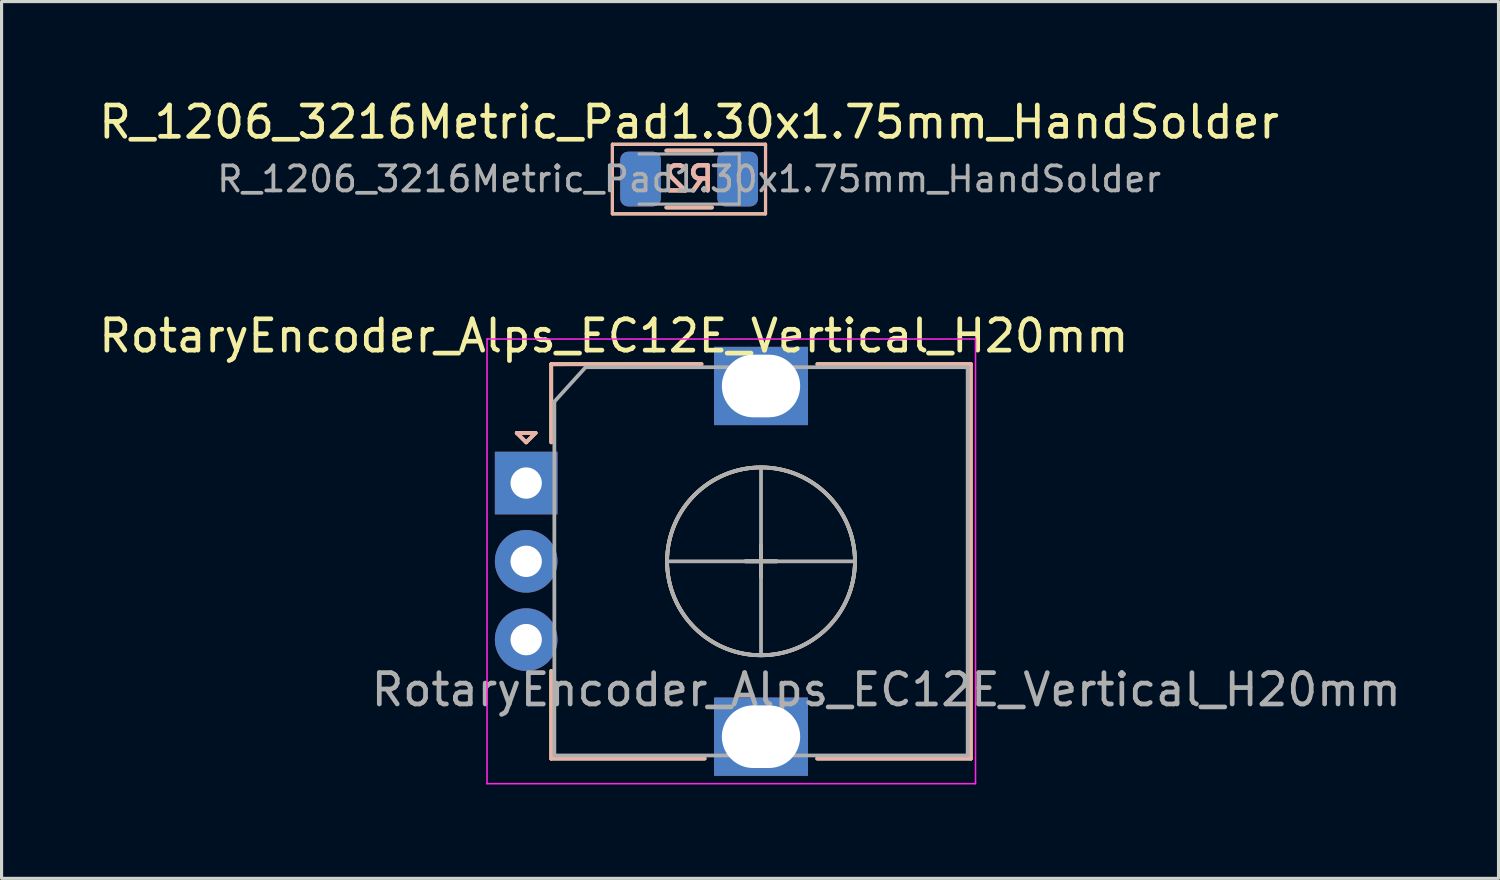
<source format=kicad_pcb>
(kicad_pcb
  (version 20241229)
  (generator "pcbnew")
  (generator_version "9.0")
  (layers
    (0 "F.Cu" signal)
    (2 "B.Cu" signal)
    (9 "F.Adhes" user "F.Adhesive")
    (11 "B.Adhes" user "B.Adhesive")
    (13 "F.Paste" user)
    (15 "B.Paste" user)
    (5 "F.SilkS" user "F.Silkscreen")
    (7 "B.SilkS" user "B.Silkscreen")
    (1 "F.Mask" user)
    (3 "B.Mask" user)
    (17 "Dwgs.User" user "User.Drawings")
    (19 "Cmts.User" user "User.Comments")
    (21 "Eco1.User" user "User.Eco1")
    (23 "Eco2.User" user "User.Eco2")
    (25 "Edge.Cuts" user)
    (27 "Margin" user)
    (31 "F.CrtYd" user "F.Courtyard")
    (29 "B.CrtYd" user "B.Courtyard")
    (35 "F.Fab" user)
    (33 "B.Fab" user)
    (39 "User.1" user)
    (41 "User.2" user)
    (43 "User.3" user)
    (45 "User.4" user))
  (footprint "R_1206_3216Metric_Pad1.30x1.75mm_HandSolder"
    (layer "F.Cu")
    (at 18.958 2.668)
    (property "Reference" "R_1206_3216Metric_Pad1.30x1.75mm_HandSolder" (at 0 -1.82 0) (layer "F.SilkS") (effects (font (size 1 1) (thickness 0.15))))
    (attr smd)
    (fp_line (start -2.45 -1.11) (end -2.45 1.11) (stroke (width 0.1) (type default)) (layer "F.SilkS"))
    (fp_line (start -2.45 1.11) (end 2.44 1.11) (stroke (width 0.1) (type default)) (layer "F.SilkS"))
    (fp_line (start -0.727 -0.91) (end 0.727 -0.91) (stroke (width 0.12) (type solid)) (layer "F.SilkS"))
    (fp_line (start -0.727 0.91) (end 0.727 0.91) (stroke (width 0.12) (type solid)) (layer "F.SilkS"))
    (fp_line (start 2.44 -1.11) (end -2.45 -1.11) (stroke (width 0.1) (type default)) (layer "F.SilkS"))
    (fp_line (start 2.44 1.11) (end 2.44 -1.11) (stroke (width 0.1) (type default)) (layer "F.SilkS"))
    (fp_line (start -2.45 -1.11) (end 2.44 -1.11) (stroke (width 0.1) (type default)) (layer "B.SilkS"))
    (fp_line (start -2.45 1.11) (end -2.45 -1.11) (stroke (width 0.1) (type default)) (layer "B.SilkS"))
    (fp_line (start -0.727 -0.91) (end 0.727 -0.91) (stroke (width 0.12) (type solid)) (layer "B.SilkS"))
    (fp_line (start -0.727 0.91) (end 0.727 0.91) (stroke (width 0.12) (type solid)) (layer "B.SilkS"))
    (fp_line (start 2.44 -1.11) (end 2.44 1.11) (stroke (width 0.1) (type default)) (layer "B.SilkS"))
    (fp_line (start 2.44 1.11) (end -2.45 1.11) (stroke (width 0.1) (type default)) (layer "B.SilkS"))
    (fp_line (start -1.6 -0.8) (end 1.6 -0.8) (stroke (width 0.1) (type solid)) (layer "F.Fab"))
    (fp_line (start 1.6 -0.8) (end 1.6 0.8) (stroke (width 0.1) (type solid)) (layer "F.Fab"))
    (fp_line (start 1.6 0.8) (end -1.6 0.8) (stroke (width 0.1) (type solid)) (layer "F.Fab"))
    (fp_text user "R2" (at 0 0 0) (layer "B.SilkS") (effects (font (size 0.8 0.8) (thickness 0.15)) (justify mirror)))
    (fp_text user "${REFERENCE}" (at 0 0 0) (layer "F.Fab") (effects (font (size 0.8 0.8) (thickness 0.12))))
    (pad "1" smd roundrect (at -1.55 0) (size 1.3 1.75) (layers "F.Cu" "F.Mask" "F.Paste") (roundrect_rratio 0.192))
    (pad "1" smd roundrect (at -1.55 0) (size 1.3 1.75) (layers "B.Cu" "B.Mask" "B.Paste") (roundrect_rratio 0.192))
    (pad "2" smd roundrect (at 1.55 0) (size 1.3 1.75) (layers "F.Cu" "F.Mask" "F.Paste") (roundrect_rratio 0.192))
    (pad "2" smd roundrect (at 1.55 0) (size 1.3 1.75) (layers "B.Cu" "B.Mask" "B.Paste") (roundrect_rratio 0.192)))
  (footprint "RotaryEncoder_Alps_EC12E_Vertical_H20mm"
    (layer "F.Cu")
    (at 13.754 12.377)
    (property "Reference" "RotaryEncoder_Alps_EC12E_Vertical_H20mm" (at 2.8 -4.7 0) (layer "F.SilkS") (effects (font (size 1 1) (thickness 0.15))))
    (attr through_hole)
    (fp_line (start -0.3 -1.6) (end 0.3 -1.6) (stroke (width 0.12) (type solid)) (layer "F.SilkS"))
    (fp_line (start 0 -1.3) (end -0.3 -1.6) (stroke (width 0.12) (type solid)) (layer "F.SilkS"))
    (fp_line (start 0.3 -1.6) (end 0 -1.3) (stroke (width 0.12) (type solid)) (layer "F.SilkS"))
    (fp_line (start 0.8 -3.8) (end 0.8 -1.3) (stroke (width 0.12) (type solid)) (layer "F.SilkS"))
    (fp_line (start 0.8 8.8) (end 0.8 6) (stroke (width 0.12) (type solid)) (layer "F.SilkS"))
    (fp_line (start 5.6 -3.8) (end 0.8 -3.8) (stroke (width 0.12) (type solid)) (layer "F.SilkS"))
    (fp_line (start 5.7 8.8) (end 0.8 8.8) (stroke (width 0.12) (type solid)) (layer "F.SilkS"))
    (fp_line (start 7 2.5) (end 8 2.5) (stroke (width 0.12) (type solid)) (layer "F.SilkS"))
    (fp_line (start 7.5 2) (end 7.5 3) (stroke (width 0.12) (type solid)) (layer "F.SilkS"))
    (fp_line (start 9.3 -3.8) (end 14.2 -3.8) (stroke (width 0.12) (type solid)) (layer "F.SilkS"))
    (fp_line (start 14.2 -3.8) (end 14.2 8.8) (stroke (width 0.12) (type solid)) (layer "F.SilkS"))
    (fp_line (start 14.2 8.8) (end 9.3 8.8) (stroke (width 0.12) (type solid)) (layer "F.SilkS"))
    (fp_circle (center 7.5 2.5) (end 10.5 2.5) (stroke (width 0.12) (type solid)) (fill no) (layer "F.SilkS"))
    (fp_line (start -0.3 -1.6) (end 0.3 -1.6) (stroke (width 0.12) (type default)) (layer "B.SilkS"))
    (fp_line (start 0 -1.3) (end -0.3 -1.6) (stroke (width 0.12) (type default)) (layer "B.SilkS"))
    (fp_line (start 0.3 -1.6) (end 0 -1.3) (stroke (width 0.12) (type default)) (layer "B.SilkS"))
    (fp_line (start 0.8 -3.79) (end 0.8 -1.3) (stroke (width 0.12) (type default)) (layer "B.SilkS"))
    (fp_line (start 0.8 -3.79) (end 5.6 -3.8) (stroke (width 0.12) (type default)) (layer "B.SilkS"))
    (fp_line (start 0.8 6) (end 0.8 8.8) (stroke (width 0.12) (type default)) (layer "B.SilkS"))
    (fp_line (start 0.8 8.8) (end 5.7 8.8) (stroke (width 0.12) (type default)) (layer "B.SilkS"))
    (fp_line (start 7 2.5) (end 8 2.5) (stroke (width 0.12) (type default)) (layer "B.SilkS"))
    (fp_line (start 7.5 1.99) (end 7.5 3) (stroke (width 0.12) (type default)) (layer "B.SilkS"))
    (fp_line (start 9.29 8.8) (end 14.2 8.8) (stroke (width 0.12) (type default)) (layer "B.SilkS"))
    (fp_line (start 14.2 -3.8) (end 9.3 -3.8) (stroke (width 0.12) (type default)) (layer "B.SilkS"))
    (fp_line (start 14.2 8.8) (end 14.2 -3.8) (stroke (width 0.12) (type default)) (layer "B.SilkS"))
    (fp_circle (center 7.5 2.5) (end 10.5 2.5) (stroke (width 0.12) (type default)) (fill no) (layer "B.SilkS"))
    (fp_line (start -1.25 -4.6) (end -1.25 9.6) (stroke (width 0.05) (type solid)) (layer "F.CrtYd"))
    (fp_line (start -1.25 -4.6) (end 14.35 -4.6) (stroke (width 0.05) (type solid)) (layer "F.CrtYd"))
    (fp_line (start 14.35 9.6) (end -1.25 9.6) (stroke (width 0.05) (type solid)) (layer "F.CrtYd"))
    (fp_line (start 14.35 9.6) (end 14.35 -4.6) (stroke (width 0.05) (type solid)) (layer "F.CrtYd"))
    (fp_line (start 0.9 -2.6) (end 1.9 -3.7) (stroke (width 0.12) (type solid)) (layer "F.Fab"))
    (fp_line (start 0.9 8.7) (end 0.9 -2.6) (stroke (width 0.12) (type solid)) (layer "F.Fab"))
    (fp_line (start 1.9 -3.7) (end 14.1 -3.7) (stroke (width 0.12) (type solid)) (layer "F.Fab"))
    (fp_line (start 4.5 2.5) (end 10.5 2.5) (stroke (width 0.12) (type solid)) (layer "F.Fab"))
    (fp_line (start 7.5 -0.5) (end 7.5 5.5) (stroke (width 0.12) (type solid)) (layer "F.Fab"))
    (fp_line (start 14.1 -3.7) (end 14.1 8.7) (stroke (width 0.12) (type solid)) (layer "F.Fab"))
    (fp_line (start 14.1 8.7) (end 0.9 8.7) (stroke (width 0.12) (type solid)) (layer "F.Fab"))
    (fp_circle (center 7.5 2.5) (end 10.5 2.5) (stroke (width 0.12) (type solid)) (fill no) (layer "F.Fab"))
    (fp_text user "${REFERENCE}" (at 11.5 6.6 0) (layer "F.Fab") (effects (font (size 1 1) (thickness 0.15))))
    (pad "A" thru_hole rect (at 0 0) (size 2 2) (drill 1) (layers "*.Cu" "*.Mask"))
    (pad "B" thru_hole circle (at 0 5) (size 2 2) (drill 1) (layers "*.Cu" "*.Mask"))
    (pad "C" thru_hole circle (at 0 2.5) (size 2 2) (drill 1) (layers "*.Cu" "*.Mask"))
    (pad "MP" thru_hole rect (at 7.5 -3.1) (size 3 2.5) (drill oval 2.5 2) (layers "*.Cu" "*.Mask"))
    (pad "MP" thru_hole rect (at 7.5 8.1) (size 3 2.5) (drill oval 2.5 2) (layers "*.Cu" "*.Mask")))
  (gr_rect
    (start -3 -3)
    (end 44.807 25.002)
    (stroke (width 0.1) (type default))
    (fill no)
    (layer "Edge.Cuts")))
</source>
